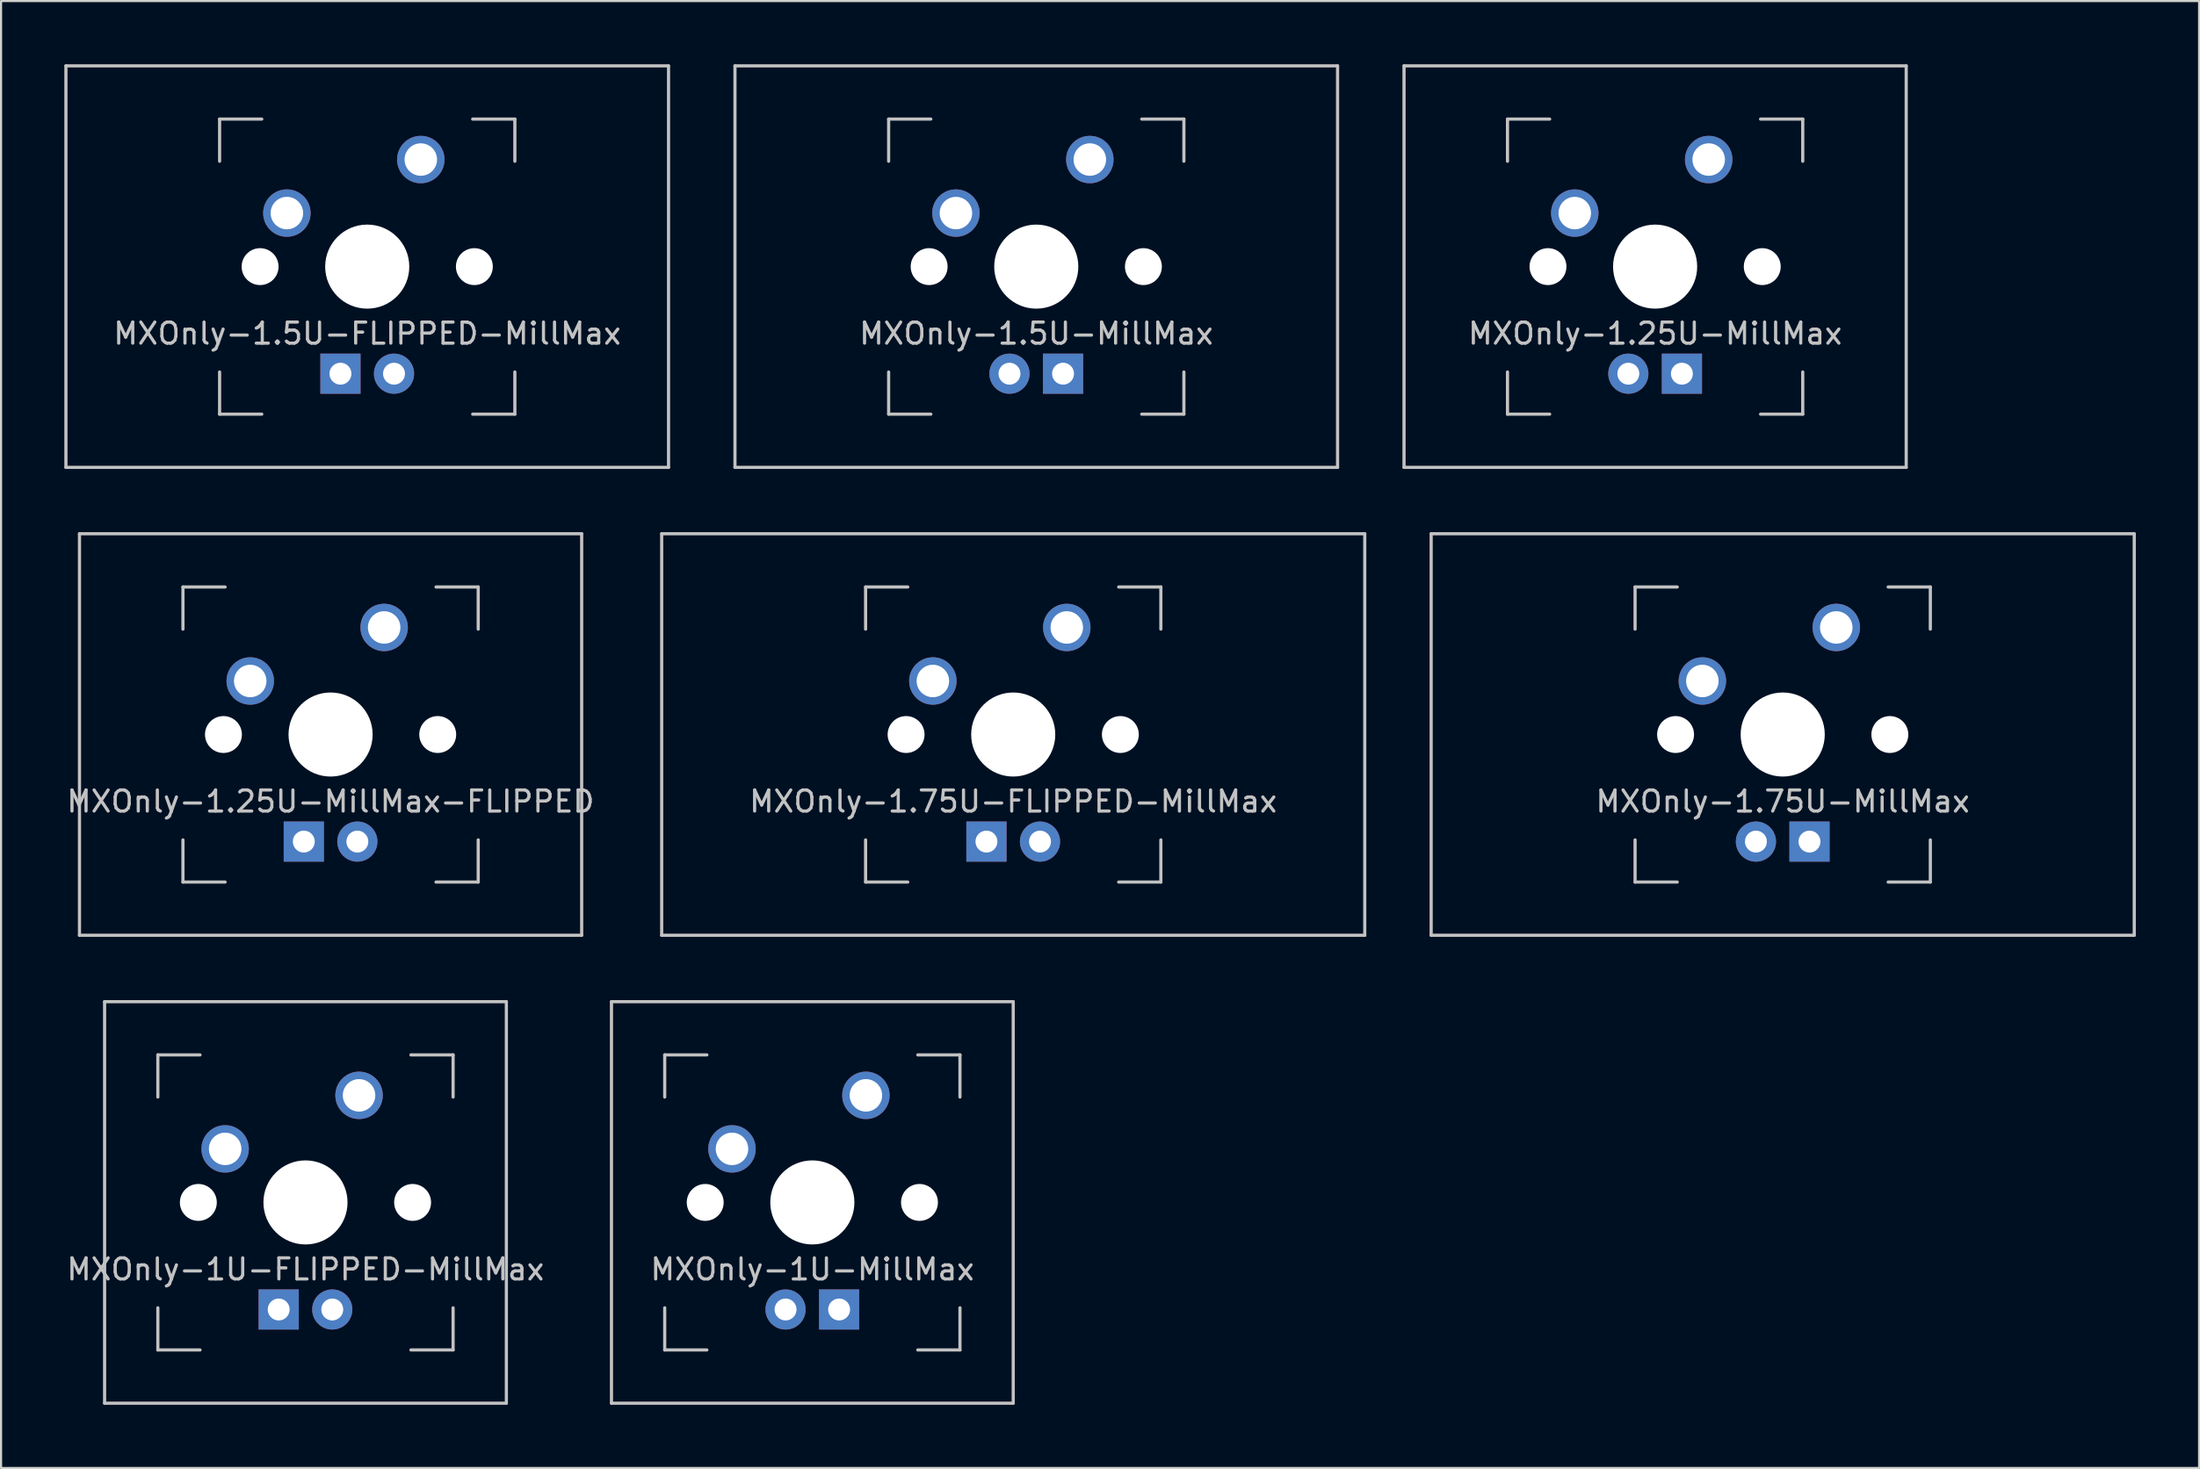
<source format=kicad_pcb>
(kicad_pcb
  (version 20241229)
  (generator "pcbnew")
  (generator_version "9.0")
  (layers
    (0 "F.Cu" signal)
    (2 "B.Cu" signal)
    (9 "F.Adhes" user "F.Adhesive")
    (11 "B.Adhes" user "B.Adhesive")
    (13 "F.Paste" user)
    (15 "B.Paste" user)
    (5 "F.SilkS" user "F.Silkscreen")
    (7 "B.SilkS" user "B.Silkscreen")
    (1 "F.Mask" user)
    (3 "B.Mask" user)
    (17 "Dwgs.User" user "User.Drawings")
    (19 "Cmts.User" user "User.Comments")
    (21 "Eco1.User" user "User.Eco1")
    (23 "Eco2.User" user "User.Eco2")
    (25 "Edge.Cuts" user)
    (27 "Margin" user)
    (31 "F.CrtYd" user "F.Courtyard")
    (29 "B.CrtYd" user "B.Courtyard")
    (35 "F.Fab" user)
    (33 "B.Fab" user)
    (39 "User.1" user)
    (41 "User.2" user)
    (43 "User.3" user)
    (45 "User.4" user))
  (footprint "MXOnly-1.5U-FLIPPED-MillMax"
    (layer "F.Cu")
    (at 14.363 9.6)
    (property "Reference" "MXOnly-1.5U-FLIPPED-MillMax" (at 0 3.175 0) (layer "Dwgs.User") (effects (font (size 1 1) (thickness 0.15))))
    (attr through_hole)
    (fp_line (start -14.287 -9.525) (end 14.287 -9.525) (stroke (width 0.15) (type solid)) (layer "Dwgs.User"))
    (fp_line (start -14.287 9.525) (end -14.287 -9.525) (stroke (width 0.15) (type solid)) (layer "Dwgs.User"))
    (fp_line (start -14.287 9.525) (end 14.287 9.525) (stroke (width 0.15) (type solid)) (layer "Dwgs.User"))
    (fp_line (start -7 -7) (end -7 -5) (stroke (width 0.15) (type solid)) (layer "Dwgs.User"))
    (fp_line (start -7 5) (end -7 7) (stroke (width 0.15) (type solid)) (layer "Dwgs.User"))
    (fp_line (start -7 7) (end -5 7) (stroke (width 0.15) (type solid)) (layer "Dwgs.User"))
    (fp_line (start -5 -7) (end -7 -7) (stroke (width 0.15) (type solid)) (layer "Dwgs.User"))
    (fp_line (start 5 -7) (end 7 -7) (stroke (width 0.15) (type solid)) (layer "Dwgs.User"))
    (fp_line (start 5 7) (end 7 7) (stroke (width 0.15) (type solid)) (layer "Dwgs.User"))
    (fp_line (start 7 -7) (end 7 -5) (stroke (width 0.15) (type solid)) (layer "Dwgs.User"))
    (fp_line (start 7 7) (end 7 5) (stroke (width 0.15) (type solid)) (layer "Dwgs.User"))
    (fp_line (start 14.287 -9.525) (end 14.287 9.525) (stroke (width 0.15) (type solid)) (layer "Dwgs.User"))
    (pad "" np_thru_hole circle (at -5.08 0 48.1) (size 1.75 1.75) (drill 1.75) (layers "*.Cu" "*.Mask"))
    (pad "" np_thru_hole circle (at 0 0) (size 3.988 3.988) (drill 3.988) (layers "*.Cu" "*.Mask"))
    (pad "" np_thru_hole circle (at 5.08 0 48.1) (size 1.75 1.75) (drill 1.75) (layers "*.Cu" "*.Mask"))
    (pad "1" thru_hole circle (at -3.81 -2.54) (size 2.25 2.25) (drill 1.54) (layers "*.Cu" "B.Mask"))
    (pad "2" thru_hole circle (at 2.54 -5.08) (size 2.25 2.25) (drill 1.54) (layers "*.Cu" "B.Mask"))
    (pad "3" thru_hole circle (at 1.27 5.08) (size 1.905 1.905) (drill 1.04) (layers "*.Cu" "B.Mask"))
    (pad "4" thru_hole rect (at -1.27 5.08) (size 1.905 1.905) (drill 1.04) (layers "*.Cu" "B.Mask")))
  (footprint "MXOnly-1U-FLIPPED-MillMax"
    (layer "F.Cu")
    (at 11.435 54)
    (property "Reference" "MXOnly-1U-FLIPPED-MillMax" (at 0 3.175 0) (layer "Dwgs.User") (effects (font (size 1 1) (thickness 0.15))))
    (attr through_hole)
    (fp_line (start -9.525 -9.525) (end 9.525 -9.525) (stroke (width 0.15) (type solid)) (layer "Dwgs.User"))
    (fp_line (start -9.525 9.525) (end -9.525 -9.525) (stroke (width 0.15) (type solid)) (layer "Dwgs.User"))
    (fp_line (start -7 -7) (end -7 -5) (stroke (width 0.15) (type solid)) (layer "Dwgs.User"))
    (fp_line (start -7 5) (end -7 7) (stroke (width 0.15) (type solid)) (layer "Dwgs.User"))
    (fp_line (start -7 7) (end -5 7) (stroke (width 0.15) (type solid)) (layer "Dwgs.User"))
    (fp_line (start -5 -7) (end -7 -7) (stroke (width 0.15) (type solid)) (layer "Dwgs.User"))
    (fp_line (start 5 -7) (end 7 -7) (stroke (width 0.15) (type solid)) (layer "Dwgs.User"))
    (fp_line (start 5 7) (end 7 7) (stroke (width 0.15) (type solid)) (layer "Dwgs.User"))
    (fp_line (start 7 -7) (end 7 -5) (stroke (width 0.15) (type solid)) (layer "Dwgs.User"))
    (fp_line (start 7 7) (end 7 5) (stroke (width 0.15) (type solid)) (layer "Dwgs.User"))
    (fp_line (start 9.525 -9.525) (end 9.525 9.525) (stroke (width 0.15) (type solid)) (layer "Dwgs.User"))
    (fp_line (start 9.525 9.525) (end -9.525 9.525) (stroke (width 0.15) (type solid)) (layer "Dwgs.User"))
    (pad "" np_thru_hole circle (at -5.08 0 48.1) (size 1.75 1.75) (drill 1.75) (layers "*.Cu" "*.Mask"))
    (pad "" np_thru_hole circle (at 0 0) (size 3.988 3.988) (drill 3.988) (layers "*.Cu" "*.Mask"))
    (pad "" np_thru_hole circle (at 5.08 0 48.1) (size 1.75 1.75) (drill 1.75) (layers "*.Cu" "*.Mask"))
    (pad "1" thru_hole circle (at -3.81 -2.54) (size 2.25 2.25) (drill 1.54) (layers "*.Cu" "B.Mask"))
    (pad "2" thru_hole circle (at 2.54 -5.08) (size 2.25 2.25) (drill 1.54) (layers "*.Cu" "B.Mask"))
    (pad "3" thru_hole circle (at 1.27 5.08) (size 1.905 1.905) (drill 1.04) (layers "*.Cu" "B.Mask"))
    (pad "4" thru_hole rect (at -1.27 5.08) (size 1.905 1.905) (drill 1.04) (layers "*.Cu" "B.Mask")))
  (footprint "MXOnly-1.5U-MillMax"
    (layer "F.Cu")
    (at 46.087 9.6)
    (property "Reference" "MXOnly-1.5U-MillMax" (at 0 3.175 0) (layer "Dwgs.User") (effects (font (size 1 1) (thickness 0.15))))
    (attr through_hole)
    (fp_line (start -14.287 -9.525) (end 14.287 -9.525) (stroke (width 0.15) (type solid)) (layer "Dwgs.User"))
    (fp_line (start -14.287 9.525) (end -14.287 -9.525) (stroke (width 0.15) (type solid)) (layer "Dwgs.User"))
    (fp_line (start -14.287 9.525) (end 14.287 9.525) (stroke (width 0.15) (type solid)) (layer "Dwgs.User"))
    (fp_line (start -7 -7) (end -7 -5) (stroke (width 0.15) (type solid)) (layer "Dwgs.User"))
    (fp_line (start -7 5) (end -7 7) (stroke (width 0.15) (type solid)) (layer "Dwgs.User"))
    (fp_line (start -7 7) (end -5 7) (stroke (width 0.15) (type solid)) (layer "Dwgs.User"))
    (fp_line (start -5 -7) (end -7 -7) (stroke (width 0.15) (type solid)) (layer "Dwgs.User"))
    (fp_line (start 5 -7) (end 7 -7) (stroke (width 0.15) (type solid)) (layer "Dwgs.User"))
    (fp_line (start 5 7) (end 7 7) (stroke (width 0.15) (type solid)) (layer "Dwgs.User"))
    (fp_line (start 7 -7) (end 7 -5) (stroke (width 0.15) (type solid)) (layer "Dwgs.User"))
    (fp_line (start 7 7) (end 7 5) (stroke (width 0.15) (type solid)) (layer "Dwgs.User"))
    (fp_line (start 14.287 -9.525) (end 14.287 9.525) (stroke (width 0.15) (type solid)) (layer "Dwgs.User"))
    (pad "" np_thru_hole circle (at -5.08 0 48.1) (size 1.75 1.75) (drill 1.75) (layers "*.Cu" "*.Mask"))
    (pad "" np_thru_hole circle (at 0 0) (size 3.988 3.988) (drill 3.988) (layers "*.Cu" "*.Mask"))
    (pad "" np_thru_hole circle (at 5.08 0 48.1) (size 1.75 1.75) (drill 1.75) (layers "*.Cu" "*.Mask"))
    (pad "1" thru_hole circle (at -3.81 -2.54) (size 2.25 2.25) (drill 1.54) (layers "*.Cu" "B.Mask"))
    (pad "2" thru_hole circle (at 2.54 -5.08) (size 2.25 2.25) (drill 1.54) (layers "*.Cu" "B.Mask"))
    (pad "3" thru_hole circle (at -1.27 5.08) (size 1.905 1.905) (drill 1.04) (layers "*.Cu" "B.Mask"))
    (pad "4" thru_hole rect (at 1.27 5.08) (size 1.905 1.905) (drill 1.04) (layers "*.Cu" "B.Mask")))
  (footprint "MXOnly-1.25U-MillMax"
    (layer "F.Cu")
    (at 75.431 9.6)
    (property "Reference" "MXOnly-1.25U-MillMax" (at 0 3.175 0) (layer "Dwgs.User") (effects (font (size 1 1) (thickness 0.15))))
    (attr through_hole)
    (fp_line (start -11.906 -9.525) (end 11.906 -9.525) (stroke (width 0.15) (type solid)) (layer "Dwgs.User"))
    (fp_line (start -11.906 9.525) (end -11.906 -9.525) (stroke (width 0.15) (type solid)) (layer "Dwgs.User"))
    (fp_line (start -11.906 9.525) (end 11.906 9.525) (stroke (width 0.15) (type solid)) (layer "Dwgs.User"))
    (fp_line (start -7 -7) (end -7 -5) (stroke (width 0.15) (type solid)) (layer "Dwgs.User"))
    (fp_line (start -7 5) (end -7 7) (stroke (width 0.15) (type solid)) (layer "Dwgs.User"))
    (fp_line (start -7 7) (end -5 7) (stroke (width 0.15) (type solid)) (layer "Dwgs.User"))
    (fp_line (start -5 -7) (end -7 -7) (stroke (width 0.15) (type solid)) (layer "Dwgs.User"))
    (fp_line (start 5 -7) (end 7 -7) (stroke (width 0.15) (type solid)) (layer "Dwgs.User"))
    (fp_line (start 5 7) (end 7 7) (stroke (width 0.15) (type solid)) (layer "Dwgs.User"))
    (fp_line (start 7 -7) (end 7 -5) (stroke (width 0.15) (type solid)) (layer "Dwgs.User"))
    (fp_line (start 7 7) (end 7 5) (stroke (width 0.15) (type solid)) (layer "Dwgs.User"))
    (fp_line (start 11.906 -9.525) (end 11.906 9.525) (stroke (width 0.15) (type solid)) (layer "Dwgs.User"))
    (pad "" np_thru_hole circle (at -5.08 0 48.1) (size 1.75 1.75) (drill 1.75) (layers "*.Cu" "*.Mask"))
    (pad "" np_thru_hole circle (at 0 0) (size 3.988 3.988) (drill 3.988) (layers "*.Cu" "*.Mask"))
    (pad "" np_thru_hole circle (at 5.08 0 48.1) (size 1.75 1.75) (drill 1.75) (layers "*.Cu" "*.Mask"))
    (pad "1" thru_hole circle (at -3.81 -2.54) (size 2.25 2.25) (drill 1.54) (layers "*.Cu" "B.Mask"))
    (pad "2" thru_hole circle (at 2.54 -5.08) (size 2.25 2.25) (drill 1.54) (layers "*.Cu" "B.Mask"))
    (pad "3" thru_hole circle (at -1.27 5.08) (size 1.905 1.905) (drill 1.04) (layers "*.Cu" "B.Mask"))
    (pad "4" thru_hole rect (at 1.27 5.08) (size 1.905 1.905) (drill 1.04) (layers "*.Cu" "B.Mask")))
  (footprint "MXOnly-1.75U-MillMax"
    (layer "F.Cu")
    (at 81.481 31.8)
    (property "Reference" "MXOnly-1.75U-MillMax" (at 0 3.175 0) (layer "Dwgs.User") (effects (font (size 1 1) (thickness 0.15))))
    (attr through_hole)
    (fp_line (start -16.669 -9.525) (end 16.669 -9.525) (stroke (width 0.15) (type solid)) (layer "Dwgs.User"))
    (fp_line (start -16.669 9.525) (end -16.669 -9.525) (stroke (width 0.15) (type solid)) (layer "Dwgs.User"))
    (fp_line (start -16.669 9.525) (end 16.669 9.525) (stroke (width 0.15) (type solid)) (layer "Dwgs.User"))
    (fp_line (start -7 -7) (end -7 -5) (stroke (width 0.15) (type solid)) (layer "Dwgs.User"))
    (fp_line (start -7 5) (end -7 7) (stroke (width 0.15) (type solid)) (layer "Dwgs.User"))
    (fp_line (start -7 7) (end -5 7) (stroke (width 0.15) (type solid)) (layer "Dwgs.User"))
    (fp_line (start -5 -7) (end -7 -7) (stroke (width 0.15) (type solid)) (layer "Dwgs.User"))
    (fp_line (start 5 -7) (end 7 -7) (stroke (width 0.15) (type solid)) (layer "Dwgs.User"))
    (fp_line (start 5 7) (end 7 7) (stroke (width 0.15) (type solid)) (layer "Dwgs.User"))
    (fp_line (start 7 -7) (end 7 -5) (stroke (width 0.15) (type solid)) (layer "Dwgs.User"))
    (fp_line (start 7 7) (end 7 5) (stroke (width 0.15) (type solid)) (layer "Dwgs.User"))
    (fp_line (start 16.669 -9.525) (end 16.669 9.525) (stroke (width 0.15) (type solid)) (layer "Dwgs.User"))
    (pad "" np_thru_hole circle (at -5.08 0 48.1) (size 1.75 1.75) (drill 1.75) (layers "*.Cu" "*.Mask"))
    (pad "" np_thru_hole circle (at 0 0) (size 3.988 3.988) (drill 3.988) (layers "*.Cu" "*.Mask"))
    (pad "" np_thru_hole circle (at 5.08 0 48.1) (size 1.75 1.75) (drill 1.75) (layers "*.Cu" "*.Mask"))
    (pad "1" thru_hole circle (at -3.81 -2.54) (size 2.25 2.25) (drill 1.54) (layers "*.Cu" "B.Mask"))
    (pad "2" thru_hole circle (at 2.54 -5.08) (size 2.25 2.25) (drill 1.54) (layers "*.Cu" "B.Mask"))
    (pad "3" thru_hole circle (at -1.27 5.08) (size 1.905 1.905) (drill 1.04) (layers "*.Cu" "B.Mask"))
    (pad "4" thru_hole rect (at 1.27 5.08) (size 1.905 1.905) (drill 1.04) (layers "*.Cu" "B.Mask")))
  (footprint "MXOnly-1.75U-FLIPPED-MillMax"
    (layer "F.Cu")
    (at 44.994 31.8)
    (property "Reference" "MXOnly-1.75U-FLIPPED-MillMax" (at 0 3.175 0) (layer "Dwgs.User") (effects (font (size 1 1) (thickness 0.15))))
    (attr through_hole)
    (fp_line (start -16.669 -9.525) (end 16.669 -9.525) (stroke (width 0.15) (type solid)) (layer "Dwgs.User"))
    (fp_line (start -16.669 9.525) (end -16.669 -9.525) (stroke (width 0.15) (type solid)) (layer "Dwgs.User"))
    (fp_line (start -16.669 9.525) (end 16.669 9.525) (stroke (width 0.15) (type solid)) (layer "Dwgs.User"))
    (fp_line (start -7 -7) (end -7 -5) (stroke (width 0.15) (type solid)) (layer "Dwgs.User"))
    (fp_line (start -7 5) (end -7 7) (stroke (width 0.15) (type solid)) (layer "Dwgs.User"))
    (fp_line (start -7 7) (end -5 7) (stroke (width 0.15) (type solid)) (layer "Dwgs.User"))
    (fp_line (start -5 -7) (end -7 -7) (stroke (width 0.15) (type solid)) (layer "Dwgs.User"))
    (fp_line (start 5 -7) (end 7 -7) (stroke (width 0.15) (type solid)) (layer "Dwgs.User"))
    (fp_line (start 5 7) (end 7 7) (stroke (width 0.15) (type solid)) (layer "Dwgs.User"))
    (fp_line (start 7 -7) (end 7 -5) (stroke (width 0.15) (type solid)) (layer "Dwgs.User"))
    (fp_line (start 7 7) (end 7 5) (stroke (width 0.15) (type solid)) (layer "Dwgs.User"))
    (fp_line (start 16.669 -9.525) (end 16.669 9.525) (stroke (width 0.15) (type solid)) (layer "Dwgs.User"))
    (pad "" np_thru_hole circle (at -5.08 0 48.1) (size 1.75 1.75) (drill 1.75) (layers "*.Cu" "*.Mask"))
    (pad "" np_thru_hole circle (at 0 0) (size 3.988 3.988) (drill 3.988) (layers "*.Cu" "*.Mask"))
    (pad "" np_thru_hole circle (at 5.08 0 48.1) (size 1.75 1.75) (drill 1.75) (layers "*.Cu" "*.Mask"))
    (pad "1" thru_hole circle (at -3.81 -2.54) (size 2.25 2.25) (drill 1.54) (layers "*.Cu" "B.Mask"))
    (pad "2" thru_hole circle (at 2.54 -5.08) (size 2.25 2.25) (drill 1.54) (layers "*.Cu" "B.Mask"))
    (pad "3" thru_hole circle (at 1.27 5.08) (size 1.905 1.905) (drill 1.04) (layers "*.Cu" "B.Mask"))
    (pad "4" thru_hole rect (at -1.27 5.08) (size 1.905 1.905) (drill 1.04) (layers "*.Cu" "B.Mask")))
  (footprint "MXOnly-1U-MillMax"
    (layer "F.Cu")
    (at 35.469 54)
    (property "Reference" "MXOnly-1U-MillMax" (at 0 3.175 0) (layer "Dwgs.User") (effects (font (size 1 1) (thickness 0.15))))
    (attr through_hole)
    (fp_line (start -9.525 -9.525) (end 9.525 -9.525) (stroke (width 0.15) (type solid)) (layer "Dwgs.User"))
    (fp_line (start -9.525 9.525) (end -9.525 -9.525) (stroke (width 0.15) (type solid)) (layer "Dwgs.User"))
    (fp_line (start -7 -7) (end -7 -5) (stroke (width 0.15) (type solid)) (layer "Dwgs.User"))
    (fp_line (start -7 5) (end -7 7) (stroke (width 0.15) (type solid)) (layer "Dwgs.User"))
    (fp_line (start -7 7) (end -5 7) (stroke (width 0.15) (type solid)) (layer "Dwgs.User"))
    (fp_line (start -5 -7) (end -7 -7) (stroke (width 0.15) (type solid)) (layer "Dwgs.User"))
    (fp_line (start 5 -7) (end 7 -7) (stroke (width 0.15) (type solid)) (layer "Dwgs.User"))
    (fp_line (start 5 7) (end 7 7) (stroke (width 0.15) (type solid)) (layer "Dwgs.User"))
    (fp_line (start 7 -7) (end 7 -5) (stroke (width 0.15) (type solid)) (layer "Dwgs.User"))
    (fp_line (start 7 7) (end 7 5) (stroke (width 0.15) (type solid)) (layer "Dwgs.User"))
    (fp_line (start 9.525 -9.525) (end 9.525 9.525) (stroke (width 0.15) (type solid)) (layer "Dwgs.User"))
    (fp_line (start 9.525 9.525) (end -9.525 9.525) (stroke (width 0.15) (type solid)) (layer "Dwgs.User"))
    (pad "" np_thru_hole circle (at -5.08 0 48.1) (size 1.75 1.75) (drill 1.75) (layers "*.Cu" "*.Mask"))
    (pad "" np_thru_hole circle (at 0 0) (size 3.988 3.988) (drill 3.988) (layers "*.Cu" "*.Mask"))
    (pad "" np_thru_hole circle (at 5.08 0 48.1) (size 1.75 1.75) (drill 1.75) (layers "*.Cu" "*.Mask"))
    (pad "1" thru_hole circle (at -3.81 -2.54) (size 2.25 2.25) (drill 1.54) (layers "*.Cu" "B.Mask"))
    (pad "2" thru_hole circle (at 2.54 -5.08) (size 2.25 2.25) (drill 1.54) (layers "*.Cu" "B.Mask"))
    (pad "3" thru_hole circle (at -1.27 5.08) (size 1.905 1.905) (drill 1.04) (layers "*.Cu" "B.Mask"))
    (pad "4" thru_hole rect (at 1.27 5.08) (size 1.905 1.905) (drill 1.04) (layers "*.Cu" "B.Mask")))
  (footprint "MXOnly-1.25U-MillMax-FLIPPED"
    (layer "F.Cu")
    (at 12.625 31.8)
    (property "Reference" "MXOnly-1.25U-MillMax-FLIPPED" (at 0 3.175 0) (layer "Dwgs.User") (effects (font (size 1 1) (thickness 0.15))))
    (attr through_hole)
    (fp_line (start -11.906 -9.525) (end 11.906 -9.525) (stroke (width 0.15) (type solid)) (layer "Dwgs.User"))
    (fp_line (start -11.906 9.525) (end -11.906 -9.525) (stroke (width 0.15) (type solid)) (layer "Dwgs.User"))
    (fp_line (start -11.906 9.525) (end 11.906 9.525) (stroke (width 0.15) (type solid)) (layer "Dwgs.User"))
    (fp_line (start -7 -7) (end -7 -5) (stroke (width 0.15) (type solid)) (layer "Dwgs.User"))
    (fp_line (start -7 5) (end -7 7) (stroke (width 0.15) (type solid)) (layer "Dwgs.User"))
    (fp_line (start -7 7) (end -5 7) (stroke (width 0.15) (type solid)) (layer "Dwgs.User"))
    (fp_line (start -5 -7) (end -7 -7) (stroke (width 0.15) (type solid)) (layer "Dwgs.User"))
    (fp_line (start 5 -7) (end 7 -7) (stroke (width 0.15) (type solid)) (layer "Dwgs.User"))
    (fp_line (start 5 7) (end 7 7) (stroke (width 0.15) (type solid)) (layer "Dwgs.User"))
    (fp_line (start 7 -7) (end 7 -5) (stroke (width 0.15) (type solid)) (layer "Dwgs.User"))
    (fp_line (start 7 7) (end 7 5) (stroke (width 0.15) (type solid)) (layer "Dwgs.User"))
    (fp_line (start 11.906 -9.525) (end 11.906 9.525) (stroke (width 0.15) (type solid)) (layer "Dwgs.User"))
    (pad "" np_thru_hole circle (at -5.08 0 48.1) (size 1.75 1.75) (drill 1.75) (layers "*.Cu" "*.Mask"))
    (pad "" np_thru_hole circle (at 0 0) (size 3.988 3.988) (drill 3.988) (layers "*.Cu" "*.Mask"))
    (pad "" np_thru_hole circle (at 5.08 0 48.1) (size 1.75 1.75) (drill 1.75) (layers "*.Cu" "*.Mask"))
    (pad "1" thru_hole circle (at -3.81 -2.54) (size 2.25 2.25) (drill 1.54) (layers "*.Cu" "B.Mask"))
    (pad "2" thru_hole circle (at 2.54 -5.08) (size 2.25 2.25) (drill 1.54) (layers "*.Cu" "B.Mask"))
    (pad "3" thru_hole circle (at 1.27 5.08) (size 1.905 1.905) (drill 1.04) (layers "*.Cu" "B.Mask"))
    (pad "4" thru_hole rect (at -1.27 5.08) (size 1.905 1.905) (drill 1.04) (layers "*.Cu" "B.Mask")))
  (gr_rect
    (start -3 -3)
    (end 101.225 66.6)
    (stroke (width 0.1) (type default))
    (fill no)
    (layer "Edge.Cuts")))
</source>
